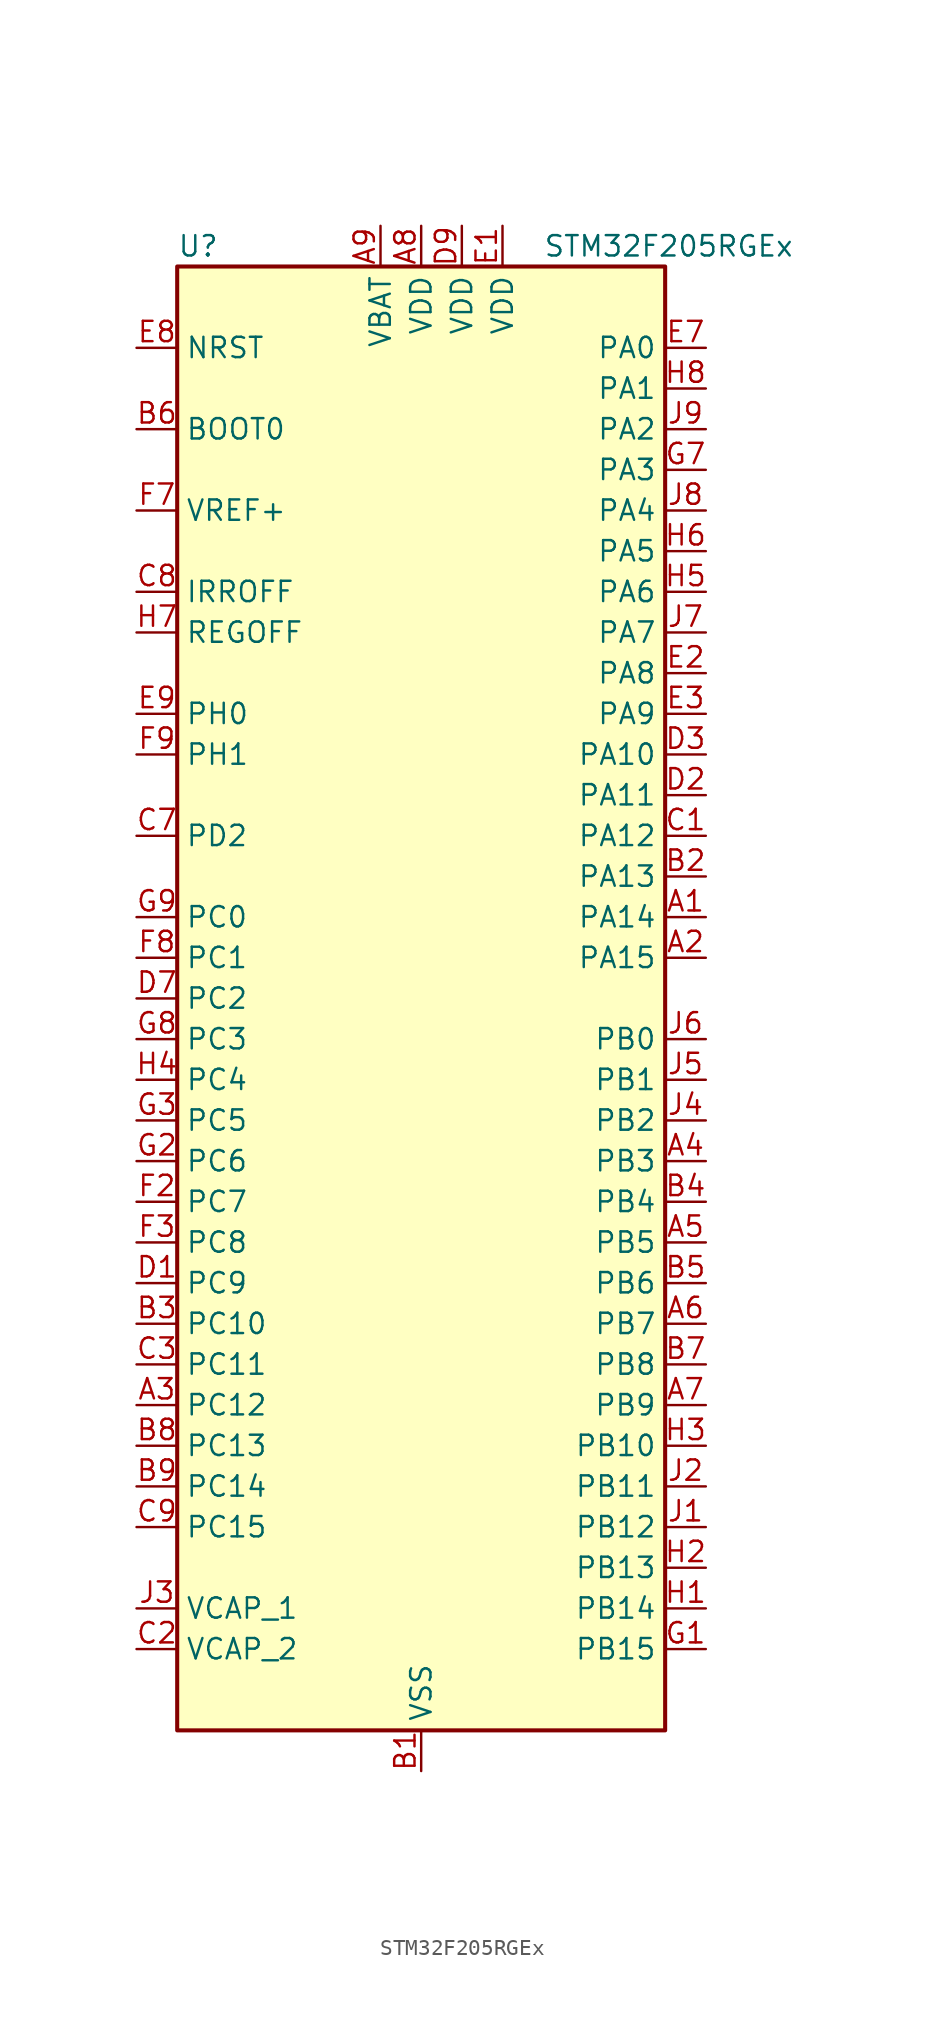
<source format=kicad_sym>
(kicad_symbol_lib
  (version 20241209)
  (generator "kicad_symbol_editor")
  (generator_version "9.0")
  (symbol "STM32F205RGEx"
    (property "Reference" "U"
      (at -15.24 46.99 0)
      (effects (font (size 1.27 1.27)) (justify left)))
    (property "Value" "STM32F205RGEx"
      (at 7.62 46.99 0)
      (effects (font (size 1.27 1.27)) (justify left)))
    (symbol "STM32F205RGEx_0_1"
      (rectangle (start -15.24 -45.72) (end 15.24 45.72) (stroke (width 0.254) (type default)) (fill (type background))))
    (symbol "STM32F205RGEx_1_1"
      (pin input line (at -17.78 40.64 0) (length 2.54) (name "NRST" (effects (font (size 1.27 1.27)))) (number "E8" (effects (font (size 1.27 1.27)))))
      (pin input line (at -17.78 35.56 0) (length 2.54) (name "BOOT0" (effects (font (size 1.27 1.27)))) (number "B6" (effects (font (size 1.27 1.27)))))
      (pin input line (at -17.78 30.48 0) (length 2.54) (name "VREF+" (effects (font (size 1.27 1.27)))) (number "F7" (effects (font (size 1.27 1.27)))))
      (pin input line (at -17.78 25.4 0) (length 2.54) (name "IRROFF" (effects (font (size 1.27 1.27)))) (number "C8" (effects (font (size 1.27 1.27)))))
      (pin input line (at -17.78 22.86 0) (length 2.54) (name "REGOFF" (effects (font (size 1.27 1.27)))) (number "H7" (effects (font (size 1.27 1.27)))))
      (pin bidirectional line (at -17.78 17.78 0) (length 2.54) (name "PH0" (effects (font (size 1.27 1.27)))) (number "E9" (effects (font (size 1.27 1.27)))) (alternate "RCC_OSC_IN" bidirectional line))
      (pin bidirectional line (at -17.78 15.24 0) (length 2.54) (name "PH1" (effects (font (size 1.27 1.27)))) (number "F9" (effects (font (size 1.27 1.27)))) (alternate "RCC_OSC_OUT" bidirectional line))
      (pin bidirectional line (at -17.78 10.16 0) (length 2.54) (name "PD2" (effects (font (size 1.27 1.27)))) (number "C7" (effects (font (size 1.27 1.27)))) (alternate "SDIO_CMD" bidirectional line) (alternate "TIM3_ETR" bidirectional line) (alternate "UART5_RX" bidirectional line))
      (pin bidirectional line (at -17.78 5.08 0) (length 2.54) (name "PC0" (effects (font (size 1.27 1.27)))) (number "G9" (effects (font (size 1.27 1.27)))) (alternate "ADC1_IN10" bidirectional line) (alternate "ADC2_IN10" bidirectional line) (alternate "ADC3_IN10" bidirectional line) (alternate "USB_OTG_HS_ULPI_STP" bidirectional line))
      (pin bidirectional line (at -17.78 2.54 0) (length 2.54) (name "PC1" (effects (font (size 1.27 1.27)))) (number "F8" (effects (font (size 1.27 1.27)))) (alternate "ADC1_IN11" bidirectional line) (alternate "ADC2_IN11" bidirectional line) (alternate "ADC3_IN11" bidirectional line))
      (pin bidirectional line (at -17.78 0 0) (length 2.54) (name "PC2" (effects (font (size 1.27 1.27)))) (number "D7" (effects (font (size 1.27 1.27)))) (alternate "ADC1_IN12" bidirectional line) (alternate "ADC2_IN12" bidirectional line) (alternate "ADC3_IN12" bidirectional line) (alternate "SPI2_MISO" bidirectional line) (alternate "USB_OTG_HS_ULPI_DIR" bidirectional line))
      (pin bidirectional line (at -17.78 -2.54 0) (length 2.54) (name "PC3" (effects (font (size 1.27 1.27)))) (number "G8" (effects (font (size 1.27 1.27)))) (alternate "ADC1_IN13" bidirectional line) (alternate "ADC2_IN13" bidirectional line) (alternate "ADC3_IN13" bidirectional line) (alternate "I2S2_SD" bidirectional line) (alternate "SPI2_MOSI" bidirectional line) (alternate "USB_OTG_HS_ULPI_NXT" bidirectional line))
      (pin bidirectional line (at -17.78 -5.08 0) (length 2.54) (name "PC4" (effects (font (size 1.27 1.27)))) (number "H4" (effects (font (size 1.27 1.27)))) (alternate "ADC1_IN14" bidirectional line) (alternate "ADC2_IN14" bidirectional line))
      (pin bidirectional line (at -17.78 -7.62 0) (length 2.54) (name "PC5" (effects (font (size 1.27 1.27)))) (number "G3" (effects (font (size 1.27 1.27)))) (alternate "ADC1_IN15" bidirectional line) (alternate "ADC2_IN15" bidirectional line))
      (pin bidirectional line (at -17.78 -10.16 0) (length 2.54) (name "PC6" (effects (font (size 1.27 1.27)))) (number "G2" (effects (font (size 1.27 1.27)))) (alternate "I2S2_MCK" bidirectional line) (alternate "SDIO_D6" bidirectional line) (alternate "TIM3_CH1" bidirectional line) (alternate "TIM8_CH1" bidirectional line) (alternate "USART6_TX" bidirectional line))
      (pin bidirectional line (at -17.78 -12.7 0) (length 2.54) (name "PC7" (effects (font (size 1.27 1.27)))) (number "F2" (effects (font (size 1.27 1.27)))) (alternate "I2S3_MCK" bidirectional line) (alternate "SDIO_D7" bidirectional line) (alternate "TIM3_CH2" bidirectional line) (alternate "TIM8_CH2" bidirectional line) (alternate "USART6_RX" bidirectional line))
      (pin bidirectional line (at -17.78 -15.24 0) (length 2.54) (name "PC8" (effects (font (size 1.27 1.27)))) (number "F3" (effects (font (size 1.27 1.27)))) (alternate "SDIO_D0" bidirectional line) (alternate "TIM3_CH3" bidirectional line) (alternate "TIM8_CH3" bidirectional line) (alternate "USART6_CK" bidirectional line))
      (pin bidirectional line (at -17.78 -17.78 0) (length 2.54) (name "PC9" (effects (font (size 1.27 1.27)))) (number "D1" (effects (font (size 1.27 1.27)))) (alternate "DAC_EXTI9" bidirectional line) (alternate "I2C3_SDA" bidirectional line) (alternate "I2S_CKIN" bidirectional line) (alternate "RCC_MCO_2" bidirectional line) (alternate "SDIO_D1" bidirectional line) (alternate "TIM3_CH4" bidirectional line) (alternate "TIM8_CH4" bidirectional line))
      (pin bidirectional line (at -17.78 -20.32 0) (length 2.54) (name "PC10" (effects (font (size 1.27 1.27)))) (number "B3" (effects (font (size 1.27 1.27)))) (alternate "I2S3_SCK" bidirectional line) (alternate "SDIO_D2" bidirectional line) (alternate "SPI3_SCK" bidirectional line) (alternate "UART4_TX" bidirectional line) (alternate "USART3_TX" bidirectional line))
      (pin bidirectional line (at -17.78 -22.86 0) (length 2.54) (name "PC11" (effects (font (size 1.27 1.27)))) (number "C3" (effects (font (size 1.27 1.27)))) (alternate "ADC1_EXTI11" bidirectional line) (alternate "ADC2_EXTI11" bidirectional line) (alternate "ADC3_EXTI11" bidirectional line) (alternate "SDIO_D3" bidirectional line) (alternate "SPI3_MISO" bidirectional line) (alternate "UART4_RX" bidirectional line) (alternate "USART3_RX" bidirectional line))
      (pin bidirectional line (at -17.78 -25.4 0) (length 2.54) (name "PC12" (effects (font (size 1.27 1.27)))) (number "A3" (effects (font (size 1.27 1.27)))) (alternate "I2S3_SD" bidirectional line) (alternate "SDIO_CK" bidirectional line) (alternate "SPI3_MOSI" bidirectional line) (alternate "UART5_TX" bidirectional line) (alternate "USART3_CK" bidirectional line))
      (pin bidirectional line (at -17.78 -27.94 0) (length 2.54) (name "PC13" (effects (font (size 1.27 1.27)))) (number "B8" (effects (font (size 1.27 1.27)))) (alternate "RTC_AF1" bidirectional line))
      (pin bidirectional line (at -17.78 -30.48 0) (length 2.54) (name "PC14" (effects (font (size 1.27 1.27)))) (number "B9" (effects (font (size 1.27 1.27)))) (alternate "RCC_OSC32_IN" bidirectional line))
      (pin bidirectional line (at -17.78 -33.02 0) (length 2.54) (name "PC15" (effects (font (size 1.27 1.27)))) (number "C9" (effects (font (size 1.27 1.27)))) (alternate "ADC1_EXTI15" bidirectional line) (alternate "ADC2_EXTI15" bidirectional line) (alternate "ADC3_EXTI15" bidirectional line) (alternate "RCC_OSC32_OUT" bidirectional line))
      (pin power_out line (at -17.78 -38.1 0) (length 2.54) (name "VCAP_1" (effects (font (size 1.27 1.27)))) (number "J3" (effects (font (size 1.27 1.27)))))
      (pin power_out line (at -17.78 -40.64 0) (length 2.54) (name "VCAP_2" (effects (font (size 1.27 1.27)))) (number "C2" (effects (font (size 1.27 1.27)))))
      (pin power_in line (at -2.54 48.26 270) (length 2.54) (name "VBAT" (effects (font (size 1.27 1.27)))) (number "A9" (effects (font (size 1.27 1.27)))))
      (pin power_in line (at 0 48.26 270) (length 2.54) (name "VDD" (effects (font (size 1.27 1.27)))) (number "A8" (effects (font (size 1.27 1.27)))))
      (pin power_in line (at 0 -48.26 90) (length 2.54) (name "VSS" (effects (font (size 1.27 1.27)))) (number "B1" (effects (font (size 1.27 1.27)))))
      (pin passive line (at 0 -48.26 90) (length 2.54) (hide yes) (name "VSS" (effects (font (size 1.27 1.27)))) (number "D8" (effects (font (size 1.27 1.27)))))
      (pin passive line (at 0 -48.26 90) (length 2.54) (hide yes) (name "VSS" (effects (font (size 1.27 1.27)))) (number "F1" (effects (font (size 1.27 1.27)))))
      (pin passive line (at 0 -48.26 90) (length 2.54) (hide yes) (name "VSS" (effects (font (size 1.27 1.27)))) (number "H9" (effects (font (size 1.27 1.27)))))
      (pin power_in line (at 2.54 48.26 270) (length 2.54) (name "VDD" (effects (font (size 1.27 1.27)))) (number "D9" (effects (font (size 1.27 1.27)))))
      (pin power_in line (at 5.08 48.26 270) (length 2.54) (name "VDD" (effects (font (size 1.27 1.27)))) (number "E1" (effects (font (size 1.27 1.27)))))
      (pin bidirectional line (at 17.78 40.64 180) (length 2.54) (name "PA0" (effects (font (size 1.27 1.27)))) (number "E7" (effects (font (size 1.27 1.27)))) (alternate "ADC1_IN0" bidirectional line) (alternate "ADC2_IN0" bidirectional line) (alternate "ADC3_IN0" bidirectional line) (alternate "SYS_WKUP" bidirectional line) (alternate "TIM2_CH1" bidirectional line) (alternate "TIM2_ETR" bidirectional line) (alternate "TIM5_CH1" bidirectional line) (alternate "TIM8_ETR" bidirectional line) (alternate "UART4_TX" bidirectional line) (alternate "USART2_CTS" bidirectional line))
      (pin bidirectional line (at 17.78 38.1 180) (length 2.54) (name "PA1" (effects (font (size 1.27 1.27)))) (number "H8" (effects (font (size 1.27 1.27)))) (alternate "ADC1_IN1" bidirectional line) (alternate "ADC2_IN1" bidirectional line) (alternate "ADC3_IN1" bidirectional line) (alternate "TIM2_CH2" bidirectional line) (alternate "TIM5_CH2" bidirectional line) (alternate "UART4_RX" bidirectional line) (alternate "USART2_RTS" bidirectional line))
      (pin bidirectional line (at 17.78 35.56 180) (length 2.54) (name "PA2" (effects (font (size 1.27 1.27)))) (number "J9" (effects (font (size 1.27 1.27)))) (alternate "ADC1_IN2" bidirectional line) (alternate "ADC2_IN2" bidirectional line) (alternate "ADC3_IN2" bidirectional line) (alternate "TIM2_CH3" bidirectional line) (alternate "TIM5_CH3" bidirectional line) (alternate "TIM9_CH1" bidirectional line) (alternate "USART2_TX" bidirectional line))
      (pin bidirectional line (at 17.78 33.02 180) (length 2.54) (name "PA3" (effects (font (size 1.27 1.27)))) (number "G7" (effects (font (size 1.27 1.27)))) (alternate "ADC1_IN3" bidirectional line) (alternate "ADC2_IN3" bidirectional line) (alternate "ADC3_IN3" bidirectional line) (alternate "TIM2_CH4" bidirectional line) (alternate "TIM5_CH4" bidirectional line) (alternate "TIM9_CH2" bidirectional line) (alternate "USART2_RX" bidirectional line) (alternate "USB_OTG_HS_ULPI_D0" bidirectional line))
      (pin bidirectional line (at 17.78 30.48 180) (length 2.54) (name "PA4" (effects (font (size 1.27 1.27)))) (number "J8" (effects (font (size 1.27 1.27)))) (alternate "ADC1_IN4" bidirectional line) (alternate "ADC2_IN4" bidirectional line) (alternate "DAC_OUT1" bidirectional line) (alternate "I2S3_WS" bidirectional line) (alternate "SPI1_NSS" bidirectional line) (alternate "SPI3_NSS" bidirectional line) (alternate "USART2_CK" bidirectional line) (alternate "USB_OTG_HS_SOF" bidirectional line))
      (pin bidirectional line (at 17.78 27.94 180) (length 2.54) (name "PA5" (effects (font (size 1.27 1.27)))) (number "H6" (effects (font (size 1.27 1.27)))) (alternate "ADC1_IN5" bidirectional line) (alternate "ADC2_IN5" bidirectional line) (alternate "DAC_OUT2" bidirectional line) (alternate "SPI1_SCK" bidirectional line) (alternate "TIM2_CH1" bidirectional line) (alternate "TIM2_ETR" bidirectional line) (alternate "TIM8_CH1N" bidirectional line) (alternate "USB_OTG_HS_ULPI_CK" bidirectional line))
      (pin bidirectional line (at 17.78 25.4 180) (length 2.54) (name "PA6" (effects (font (size 1.27 1.27)))) (number "H5" (effects (font (size 1.27 1.27)))) (alternate "ADC1_IN6" bidirectional line) (alternate "ADC2_IN6" bidirectional line) (alternate "SPI1_MISO" bidirectional line) (alternate "TIM13_CH1" bidirectional line) (alternate "TIM1_BKIN" bidirectional line) (alternate "TIM3_CH1" bidirectional line) (alternate "TIM8_BKIN" bidirectional line))
      (pin bidirectional line (at 17.78 22.86 180) (length 2.54) (name "PA7" (effects (font (size 1.27 1.27)))) (number "J7" (effects (font (size 1.27 1.27)))) (alternate "ADC1_IN7" bidirectional line) (alternate "ADC2_IN7" bidirectional line) (alternate "SPI1_MOSI" bidirectional line) (alternate "TIM14_CH1" bidirectional line) (alternate "TIM1_CH1N" bidirectional line) (alternate "TIM3_CH2" bidirectional line) (alternate "TIM8_CH1N" bidirectional line))
      (pin bidirectional line (at 17.78 20.32 180) (length 2.54) (name "PA8" (effects (font (size 1.27 1.27)))) (number "E2" (effects (font (size 1.27 1.27)))) (alternate "I2C3_SCL" bidirectional line) (alternate "RCC_MCO_1" bidirectional line) (alternate "TIM1_CH1" bidirectional line) (alternate "USART1_CK" bidirectional line) (alternate "USB_OTG_FS_SOF" bidirectional line))
      (pin bidirectional line (at 17.78 17.78 180) (length 2.54) (name "PA9" (effects (font (size 1.27 1.27)))) (number "E3" (effects (font (size 1.27 1.27)))) (alternate "DAC_EXTI9" bidirectional line) (alternate "I2C3_SMBA" bidirectional line) (alternate "TIM1_CH2" bidirectional line) (alternate "USART1_TX" bidirectional line) (alternate "USB_OTG_FS_VBUS" bidirectional line))
      (pin bidirectional line (at 17.78 15.24 180) (length 2.54) (name "PA10" (effects (font (size 1.27 1.27)))) (number "D3" (effects (font (size 1.27 1.27)))) (alternate "TIM1_CH3" bidirectional line) (alternate "USART1_RX" bidirectional line) (alternate "USB_OTG_FS_ID" bidirectional line))
      (pin bidirectional line (at 17.78 12.7 180) (length 2.54) (name "PA11" (effects (font (size 1.27 1.27)))) (number "D2" (effects (font (size 1.27 1.27)))) (alternate "ADC1_EXTI11" bidirectional line) (alternate "ADC2_EXTI11" bidirectional line) (alternate "ADC3_EXTI11" bidirectional line) (alternate "CAN1_RX" bidirectional line) (alternate "TIM1_CH4" bidirectional line) (alternate "USART1_CTS" bidirectional line) (alternate "USB_OTG_FS_DM" bidirectional line))
      (pin bidirectional line (at 17.78 10.16 180) (length 2.54) (name "PA12" (effects (font (size 1.27 1.27)))) (number "C1" (effects (font (size 1.27 1.27)))) (alternate "CAN1_TX" bidirectional line) (alternate "TIM1_ETR" bidirectional line) (alternate "USART1_RTS" bidirectional line) (alternate "USB_OTG_FS_DP" bidirectional line))
      (pin bidirectional line (at 17.78 7.62 180) (length 2.54) (name "PA13" (effects (font (size 1.27 1.27)))) (number "B2" (effects (font (size 1.27 1.27)))) (alternate "SYS_JTMS-SWDIO" bidirectional line))
      (pin bidirectional line (at 17.78 5.08 180) (length 2.54) (name "PA14" (effects (font (size 1.27 1.27)))) (number "A1" (effects (font (size 1.27 1.27)))) (alternate "SYS_JTCK-SWCLK" bidirectional line))
      (pin bidirectional line (at 17.78 2.54 180) (length 2.54) (name "PA15" (effects (font (size 1.27 1.27)))) (number "A2" (effects (font (size 1.27 1.27)))) (alternate "ADC1_EXTI15" bidirectional line) (alternate "ADC2_EXTI15" bidirectional line) (alternate "ADC3_EXTI15" bidirectional line) (alternate "I2S3_WS" bidirectional line) (alternate "SPI1_NSS" bidirectional line) (alternate "SPI3_NSS" bidirectional line) (alternate "SYS_JTDI" bidirectional line) (alternate "TIM2_CH1" bidirectional line) (alternate "TIM2_ETR" bidirectional line))
      (pin bidirectional line (at 17.78 -2.54 180) (length 2.54) (name "PB0" (effects (font (size 1.27 1.27)))) (number "J6" (effects (font (size 1.27 1.27)))) (alternate "ADC1_IN8" bidirectional line) (alternate "ADC2_IN8" bidirectional line) (alternate "TIM1_CH2N" bidirectional line) (alternate "TIM3_CH3" bidirectional line) (alternate "TIM8_CH2N" bidirectional line) (alternate "USB_OTG_HS_ULPI_D1" bidirectional line))
      (pin bidirectional line (at 17.78 -5.08 180) (length 2.54) (name "PB1" (effects (font (size 1.27 1.27)))) (number "J5" (effects (font (size 1.27 1.27)))) (alternate "ADC1_IN9" bidirectional line) (alternate "ADC2_IN9" bidirectional line) (alternate "TIM1_CH3N" bidirectional line) (alternate "TIM3_CH4" bidirectional line) (alternate "TIM8_CH3N" bidirectional line) (alternate "USB_OTG_HS_ULPI_D2" bidirectional line))
      (pin bidirectional line (at 17.78 -7.62 180) (length 2.54) (name "PB2" (effects (font (size 1.27 1.27)))) (number "J4" (effects (font (size 1.27 1.27)))))
      (pin bidirectional line (at 17.78 -10.16 180) (length 2.54) (name "PB3" (effects (font (size 1.27 1.27)))) (number "A4" (effects (font (size 1.27 1.27)))) (alternate "I2S3_SCK" bidirectional line) (alternate "SPI1_SCK" bidirectional line) (alternate "SPI3_SCK" bidirectional line) (alternate "SYS_JTDO-SWO" bidirectional line) (alternate "TIM2_CH2" bidirectional line))
      (pin bidirectional line (at 17.78 -12.7 180) (length 2.54) (name "PB4" (effects (font (size 1.27 1.27)))) (number "B4" (effects (font (size 1.27 1.27)))) (alternate "SPI1_MISO" bidirectional line) (alternate "SPI3_MISO" bidirectional line) (alternate "SYS_JTRST" bidirectional line) (alternate "TIM3_CH1" bidirectional line))
      (pin bidirectional line (at 17.78 -15.24 180) (length 2.54) (name "PB5" (effects (font (size 1.27 1.27)))) (number "A5" (effects (font (size 1.27 1.27)))) (alternate "CAN2_RX" bidirectional line) (alternate "I2C1_SMBA" bidirectional line) (alternate "I2S3_SD" bidirectional line) (alternate "SPI1_MOSI" bidirectional line) (alternate "SPI3_MOSI" bidirectional line) (alternate "TIM3_CH2" bidirectional line) (alternate "USB_OTG_HS_ULPI_D7" bidirectional line))
      (pin bidirectional line (at 17.78 -17.78 180) (length 2.54) (name "PB6" (effects (font (size 1.27 1.27)))) (number "B5" (effects (font (size 1.27 1.27)))) (alternate "CAN2_TX" bidirectional line) (alternate "I2C1_SCL" bidirectional line) (alternate "TIM4_CH1" bidirectional line) (alternate "USART1_TX" bidirectional line))
      (pin bidirectional line (at 17.78 -20.32 180) (length 2.54) (name "PB7" (effects (font (size 1.27 1.27)))) (number "A6" (effects (font (size 1.27 1.27)))) (alternate "I2C1_SDA" bidirectional line) (alternate "TIM4_CH2" bidirectional line) (alternate "USART1_RX" bidirectional line))
      (pin bidirectional line (at 17.78 -22.86 180) (length 2.54) (name "PB8" (effects (font (size 1.27 1.27)))) (number "B7" (effects (font (size 1.27 1.27)))) (alternate "CAN1_RX" bidirectional line) (alternate "I2C1_SCL" bidirectional line) (alternate "SDIO_D4" bidirectional line) (alternate "TIM10_CH1" bidirectional line) (alternate "TIM4_CH3" bidirectional line))
      (pin bidirectional line (at 17.78 -25.4 180) (length 2.54) (name "PB9" (effects (font (size 1.27 1.27)))) (number "A7" (effects (font (size 1.27 1.27)))) (alternate "CAN1_TX" bidirectional line) (alternate "DAC_EXTI9" bidirectional line) (alternate "I2C1_SDA" bidirectional line) (alternate "I2S2_WS" bidirectional line) (alternate "SDIO_D5" bidirectional line) (alternate "SPI2_NSS" bidirectional line) (alternate "TIM11_CH1" bidirectional line) (alternate "TIM4_CH4" bidirectional line))
      (pin bidirectional line (at 17.78 -27.94 180) (length 2.54) (name "PB10" (effects (font (size 1.27 1.27)))) (number "H3" (effects (font (size 1.27 1.27)))) (alternate "I2C2_SCL" bidirectional line) (alternate "I2S2_SCK" bidirectional line) (alternate "SPI2_SCK" bidirectional line) (alternate "TIM2_CH3" bidirectional line) (alternate "USART3_TX" bidirectional line) (alternate "USB_OTG_HS_ULPI_D3" bidirectional line))
      (pin bidirectional line (at 17.78 -30.48 180) (length 2.54) (name "PB11" (effects (font (size 1.27 1.27)))) (number "J2" (effects (font (size 1.27 1.27)))) (alternate "ADC1_EXTI11" bidirectional line) (alternate "ADC2_EXTI11" bidirectional line) (alternate "ADC3_EXTI11" bidirectional line) (alternate "I2C2_SDA" bidirectional line) (alternate "TIM2_CH4" bidirectional line) (alternate "USART3_RX" bidirectional line) (alternate "USB_OTG_HS_ULPI_D4" bidirectional line))
      (pin bidirectional line (at 17.78 -33.02 180) (length 2.54) (name "PB12" (effects (font (size 1.27 1.27)))) (number "J1" (effects (font (size 1.27 1.27)))) (alternate "CAN2_RX" bidirectional line) (alternate "I2C2_SMBA" bidirectional line) (alternate "I2S2_WS" bidirectional line) (alternate "SPI2_NSS" bidirectional line) (alternate "TIM1_BKIN" bidirectional line) (alternate "USART3_CK" bidirectional line) (alternate "USB_OTG_HS_ID" bidirectional line) (alternate "USB_OTG_HS_ULPI_D5" bidirectional line))
      (pin bidirectional line (at 17.78 -35.56 180) (length 2.54) (name "PB13" (effects (font (size 1.27 1.27)))) (number "H2" (effects (font (size 1.27 1.27)))) (alternate "CAN2_TX" bidirectional line) (alternate "I2S2_SCK" bidirectional line) (alternate "SPI2_SCK" bidirectional line) (alternate "TIM1_CH1N" bidirectional line) (alternate "USART3_CTS" bidirectional line) (alternate "USB_OTG_HS_ULPI_D6" bidirectional line) (alternate "USB_OTG_HS_VBUS" bidirectional line))
      (pin bidirectional line (at 17.78 -38.1 180) (length 2.54) (name "PB14" (effects (font (size 1.27 1.27)))) (number "H1" (effects (font (size 1.27 1.27)))) (alternate "SPI2_MISO" bidirectional line) (alternate "TIM12_CH1" bidirectional line) (alternate "TIM1_CH2N" bidirectional line) (alternate "TIM8_CH2N" bidirectional line) (alternate "USART3_RTS" bidirectional line) (alternate "USB_OTG_HS_DM" bidirectional line))
      (pin bidirectional line (at 17.78 -40.64 180) (length 2.54) (name "PB15" (effects (font (size 1.27 1.27)))) (number "G1" (effects (font (size 1.27 1.27)))) (alternate "ADC1_EXTI15" bidirectional line) (alternate "ADC2_EXTI15" bidirectional line) (alternate "ADC3_EXTI15" bidirectional line) (alternate "I2S2_SD" bidirectional line) (alternate "RTC_REFIN" bidirectional line) (alternate "SPI2_MOSI" bidirectional line) (alternate "TIM12_CH2" bidirectional line) (alternate "TIM1_CH3N" bidirectional line) (alternate "TIM8_CH3N" bidirectional line) (alternate "USB_OTG_HS_DP" bidirectional line)))))
</source>
